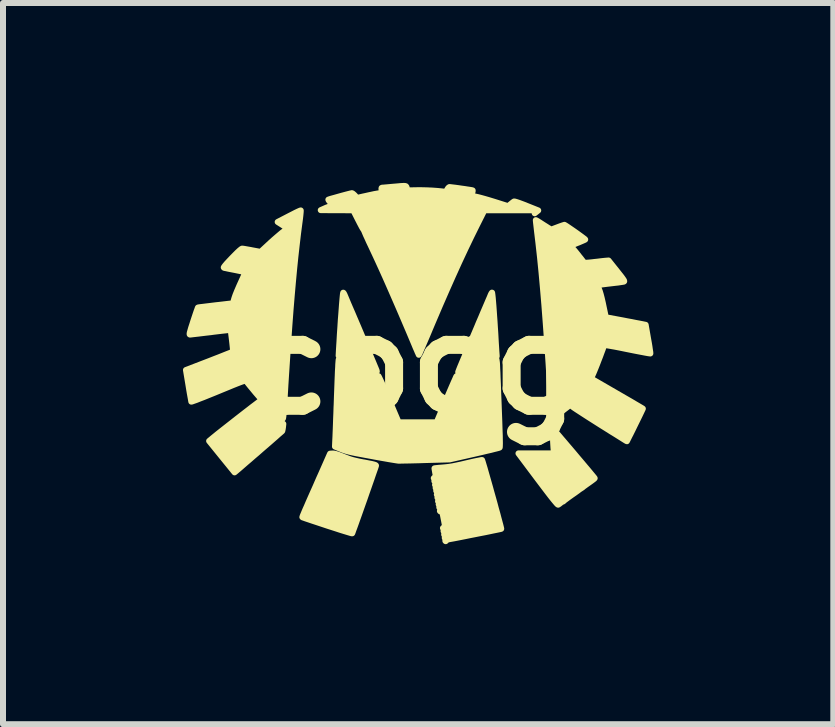
<source format=kicad_pcb>
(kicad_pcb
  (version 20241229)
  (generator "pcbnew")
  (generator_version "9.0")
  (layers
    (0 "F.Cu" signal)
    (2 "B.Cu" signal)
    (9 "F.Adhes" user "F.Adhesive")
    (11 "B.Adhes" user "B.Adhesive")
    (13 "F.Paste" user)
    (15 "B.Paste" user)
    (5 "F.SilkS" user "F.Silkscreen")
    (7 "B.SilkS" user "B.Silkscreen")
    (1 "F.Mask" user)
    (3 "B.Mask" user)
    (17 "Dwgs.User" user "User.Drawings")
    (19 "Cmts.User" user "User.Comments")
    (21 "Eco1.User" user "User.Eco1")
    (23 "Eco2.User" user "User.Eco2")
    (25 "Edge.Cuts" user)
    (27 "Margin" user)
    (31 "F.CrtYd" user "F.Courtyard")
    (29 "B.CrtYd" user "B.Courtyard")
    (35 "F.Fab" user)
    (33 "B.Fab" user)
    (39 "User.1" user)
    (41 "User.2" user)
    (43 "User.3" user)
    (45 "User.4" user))
  (footprint "cogg"
    (layer "F.Cu")
    (at 3.846 3.025)
    (property "Reference" "cogg" (at 0 0 0) (layer "F.SilkS") (effects (font (size 1.524 1.524) (thickness 0.3))))
    (attr through_hole)
    (fp_poly (pts (xy 0.345 1.895) (xy 0.34 1.9) (xy 0.335 1.895) (xy 0.34 1.89) (xy 0.345 1.895)) (stroke (width 0.1) (type solid)) (fill yes) (layer "F.SilkS"))
    (fp_poly (pts (xy 0.356 1.946) (xy 0.351 1.951) (xy 0.345 1.946) (xy 0.351 1.941) (xy 0.356 1.946)) (stroke (width 0.1) (type solid)) (fill yes) (layer "F.SilkS"))
    (fp_poly (pts (xy 0.366 2.007) (xy 0.361 2.012) (xy 0.356 2.007) (xy 0.361 2.002) (xy 0.366 2.007)) (stroke (width 0.1) (type solid)) (fill yes) (layer "F.SilkS"))
    (fp_poly (pts (xy 0.376 2.057) (xy 0.371 2.062) (xy 0.366 2.057) (xy 0.371 2.052) (xy 0.376 2.057)) (stroke (width 0.1) (type solid)) (fill yes) (layer "F.SilkS"))
    (fp_poly (pts (xy 0.386 2.108) (xy 0.381 2.113) (xy 0.376 2.108) (xy 0.381 2.103) (xy 0.386 2.108)) (stroke (width 0.1) (type solid)) (fill yes) (layer "F.SilkS"))
    (fp_poly (pts (xy 0.396 2.169) (xy 0.391 2.174) (xy 0.386 2.169) (xy 0.391 2.164) (xy 0.396 2.169)) (stroke (width 0.1) (type solid)) (fill yes) (layer "F.SilkS"))
    (fp_poly (pts (xy 0.406 2.22) (xy 0.401 2.225) (xy 0.396 2.22) (xy 0.401 2.215) (xy 0.406 2.22)) (stroke (width 0.1) (type solid)) (fill yes) (layer "F.SilkS"))
    (fp_poly (pts (xy 0.417 2.281) (xy 0.411 2.286) (xy 0.406 2.281) (xy 0.411 2.276) (xy 0.417 2.281)) (stroke (width 0.1) (type solid)) (fill yes) (layer "F.SilkS"))
    (fp_poly (pts (xy 0.427 2.332) (xy 0.422 2.337) (xy 0.417 2.332) (xy 0.422 2.327) (xy 0.427 2.332)) (stroke (width 0.1) (type solid)) (fill yes) (layer "F.SilkS"))
    (fp_poly (pts (xy 0.437 2.383) (xy 0.432 2.388) (xy 0.427 2.383) (xy 0.432 2.377) (xy 0.437 2.383)) (stroke (width 0.1) (type solid)) (fill yes) (layer "F.SilkS"))
    (fp_poly (pts (xy 0.447 2.443) (xy 0.442 2.449) (xy 0.437 2.443) (xy 0.442 2.438) (xy 0.447 2.443)) (stroke (width 0.1) (type solid)) (fill yes) (layer "F.SilkS"))
    (fp_poly (pts (xy 0.498 2.728) (xy 0.493 2.733) (xy 0.488 2.728) (xy 0.493 2.723) (xy 0.498 2.728)) (stroke (width 0.1) (type solid)) (fill yes) (layer "F.SilkS"))
    (fp_poly (pts (xy 0.508 2.779) (xy 0.503 2.784) (xy 0.498 2.779) (xy 0.503 2.774) (xy 0.508 2.779)) (stroke (width 0.1) (type solid)) (fill yes) (layer "F.SilkS"))
    (fp_poly (pts (xy 0.528 2.891) (xy 0.523 2.896) (xy 0.518 2.891) (xy 0.523 2.885) (xy 0.528 2.891)) (stroke (width 0.1) (type solid)) (fill yes) (layer "F.SilkS"))
    (fp_poly (pts (xy 0.538 2.941) (xy 0.533 2.946) (xy 0.528 2.941) (xy 0.533 2.936) (xy 0.538 2.941)) (stroke (width 0.1) (type solid)) (fill yes) (layer "F.SilkS"))
    (fp_poly (pts (xy 0.516 2.84) (xy 0.515 2.841) (xy 0.509 2.84) (xy 0.508 2.835) (xy 0.512 2.826) (xy 0.515 2.828) (xy 0.516 2.84)) (stroke (width 0.1) (type solid)) (fill yes) (layer "F.SilkS"))
    (fp_poly (pts (xy -0.615 0.117) (xy -0.623 0.121) (xy -0.636 0.118) (xy -0.665 0.109) (xy -0.707 0.095) (xy -0.759 0.078) (xy -0.817 0.058) (xy -0.823 0.056) (xy -0.907 0.027) (xy -0.976 -0.00026) (xy -1.037 -0.027) (xy -1.094 -0.056) (xy -1.131 -0.077) (xy -1.251 -0.145) (xy -1.245 -0.258) (xy -1.237 -0.383) (xy -1.23 -0.506) (xy -1.222 -0.623) (xy -1.215 -0.734) (xy -1.207 -0.837) (xy -1.2 -0.93) (xy -1.194 -1.012) (xy -1.188 -1.081) (xy -1.183 -1.136) (xy -1.179 -1.174) (xy -1.175 -1.194) (xy -1.174 -1.196) (xy -1.168 -1.191) (xy -1.158 -1.173) (xy -1.155 -1.167) (xy -1.148 -1.151) (xy -1.134 -1.118) (xy -1.114 -1.07) (xy -1.089 -1.01) (xy -1.059 -0.94) (xy -1.025 -0.862) (xy -0.989 -0.777) (xy -0.965 -0.721) (xy -0.915 -0.604) (xy -0.867 -0.49) (xy -0.821 -0.381) (xy -0.778 -0.279) (xy -0.738 -0.186) (xy -0.703 -0.103) (xy -0.673 -0.032) (xy -0.649 0.026) (xy -0.631 0.069) (xy -0.62 0.096) (xy -0.619 0.099) (xy -0.615 0.117)) (stroke (width 0.1) (type solid)) (fill yes) (layer "F.SilkS"))
    (fp_poly (pts (xy -2.173 0.991) (xy -2.179 1.046) (xy -2.184 1.079) (xy -2.189 1.102) (xy -2.191 1.11) (xy -2.199 1.118) (xy -2.221 1.137) (xy -2.255 1.166) (xy -2.298 1.205) (xy -2.35 1.25) (xy -2.408 1.301) (xy -2.472 1.356) (xy -2.538 1.413) (xy -2.605 1.472) (xy -2.672 1.529) (xy -2.736 1.585) (xy -2.797 1.637) (xy -2.851 1.684) (xy -2.898 1.725) (xy -2.936 1.757) (xy -2.958 1.776) (xy -2.986 1.799) (xy -3.198 1.538) (xy -3.41 1.276) (xy -3.351 1.227) (xy -3.318 1.2) (xy -3.274 1.164) (xy -3.221 1.122) (xy -3.16 1.074) (xy -3.095 1.023) (xy -3.026 0.969) (xy -2.955 0.913) (xy -2.884 0.858) (xy -2.816 0.805) (xy -2.751 0.755) (xy -2.692 0.709) (xy -2.64 0.67) (xy -2.598 0.638) (xy -2.567 0.615) (xy -2.549 0.602) (xy -2.545 0.6) (xy -2.536 0.608) (xy -2.516 0.629) (xy -2.487 0.661) (xy -2.451 0.701) (xy -2.411 0.749) (xy -2.398 0.764) (xy -2.354 0.816) (xy -2.311 0.864) (xy -2.273 0.905) (xy -2.241 0.937) (xy -2.219 0.957) (xy -2.217 0.959) (xy -2.173 0.991)) (stroke (width 0.1) (type solid)) (fill yes) (layer "F.SilkS"))
    (fp_poly (pts (xy 1.384 -0.136) (xy 1.319 -0.094) (xy 1.289 -0.077) (xy 1.247 -0.056) (xy 1.195 -0.032) (xy 1.136 -0.007) (xy 1.073 0.019) (xy 1.009 0.044) (xy 0.946 0.068) (xy 0.886 0.089) (xy 0.834 0.106) (xy 0.791 0.12) (xy 0.76 0.127) (xy 0.743 0.128) (xy 0.742 0.126) (xy 0.746 0.115) (xy 0.757 0.086) (xy 0.775 0.041) (xy 0.8 -0.019) (xy 0.831 -0.093) (xy 0.868 -0.18) (xy 0.909 -0.278) (xy 0.955 -0.386) (xy 1.005 -0.503) (xy 1.058 -0.628) (xy 1.084 -0.691) (xy 1.123 -0.781) (xy 1.159 -0.867) (xy 1.193 -0.946) (xy 1.223 -1.016) (xy 1.248 -1.075) (xy 1.268 -1.121) (xy 1.281 -1.153) (xy 1.287 -1.167) (xy 1.298 -1.188) (xy 1.305 -1.197) (xy 1.307 -1.196) (xy 1.309 -1.184) (xy 1.313 -1.154) (xy 1.318 -1.108) (xy 1.323 -1.048) (xy 1.329 -0.976) (xy 1.335 -0.894) (xy 1.341 -0.805) (xy 1.348 -0.71) (xy 1.354 -0.612) (xy 1.356 -0.584) (xy 1.361 -0.508) (xy 1.365 -0.432) (xy 1.369 -0.361) (xy 1.373 -0.3) (xy 1.376 -0.252) (xy 1.377 -0.233) (xy 1.384 -0.136)) (stroke (width 0.1) (type solid)) (fill yes) (layer "F.SilkS"))
    (fp_poly (pts (xy 3.017 1.897) (xy 3.01 1.906) (xy 2.988 1.923) (xy 2.957 1.946) (xy 2.929 1.966) (xy 2.892 1.992) (xy 2.86 2.015) (xy 2.838 2.031) (xy 2.83 2.037) (xy 2.815 2.05) (xy 2.791 2.066) (xy 2.789 2.067) (xy 2.766 2.082) (xy 2.749 2.094) (xy 2.749 2.095) (xy 2.737 2.104) (xy 2.712 2.122) (xy 2.677 2.147) (xy 2.635 2.176) (xy 2.621 2.186) (xy 2.579 2.216) (xy 2.543 2.243) (xy 2.516 2.263) (xy 2.502 2.276) (xy 2.501 2.277) (xy 2.489 2.286) (xy 2.486 2.286) (xy 2.471 2.292) (xy 2.45 2.308) (xy 2.448 2.309) (xy 2.426 2.327) (xy 2.408 2.338) (xy 2.408 2.338) (xy 2.4 2.334) (xy 2.385 2.319) (xy 2.361 2.291) (xy 2.328 2.251) (xy 2.285 2.197) (xy 2.232 2.128) (xy 2.169 2.045) (xy 2.095 1.947) (xy 2.07 1.914) (xy 1.747 1.483) (xy 2.043 1.483) (xy 2.339 1.483) (xy 2.333 1.42) (xy 2.33 1.386) (xy 2.327 1.337) (xy 2.324 1.28) (xy 2.321 1.221) (xy 2.32 1.209) (xy 2.314 1.063) (xy 2.666 1.476) (xy 2.732 1.555) (xy 2.795 1.629) (xy 2.852 1.697) (xy 2.903 1.757) (xy 2.946 1.809) (xy 2.98 1.85) (xy 3.004 1.879) (xy 3.016 1.895) (xy 3.017 1.897)) (stroke (width 0.1) (type solid)) (fill yes) (layer "F.SilkS"))
    (fp_poly (pts (xy -0.628 1.687) (xy -0.632 1.7) (xy -0.642 1.731) (xy -0.658 1.776) (xy -0.678 1.833) (xy -0.701 1.901) (xy -0.728 1.978) (xy -0.757 2.061) (xy -0.788 2.149) (xy -0.819 2.239) (xy -0.851 2.329) (xy -0.882 2.417) (xy -0.912 2.502) (xy -0.94 2.58) (xy -0.965 2.651) (xy -0.987 2.712) (xy -1.005 2.76) (xy -1.017 2.795) (xy -1.024 2.813) (xy -1.025 2.815) (xy -1.036 2.814) (xy -1.064 2.806) (xy -1.107 2.793) (xy -1.163 2.776) (xy -1.231 2.755) (xy -1.307 2.73) (xy -1.391 2.703) (xy -1.441 2.687) (xy -1.528 2.658) (xy -1.609 2.631) (xy -1.682 2.607) (xy -1.744 2.586) (xy -1.795 2.569) (xy -1.831 2.556) (xy -1.852 2.549) (xy -1.855 2.547) (xy -1.856 2.545) (xy -1.854 2.539) (xy -1.851 2.529) (xy -1.845 2.513) (xy -1.835 2.49) (xy -1.822 2.458) (xy -1.805 2.418) (xy -1.782 2.367) (xy -1.755 2.304) (xy -1.722 2.229) (xy -1.682 2.139) (xy -1.635 2.034) (xy -1.582 1.912) (xy -1.533 1.803) (xy -1.394 1.488) (xy -1.352 1.485) (xy -1.33 1.486) (xy -1.301 1.492) (xy -1.263 1.504) (xy -1.212 1.523) (xy -1.167 1.541) (xy -1.112 1.562) (xy -1.064 1.58) (xy -1.018 1.594) (xy -0.969 1.606) (xy -0.911 1.619) (xy -0.84 1.633) (xy -0.824 1.635) (xy -0.754 1.649) (xy -0.701 1.659) (xy -0.664 1.668) (xy -0.642 1.675) (xy -0.63 1.682) (xy -0.628 1.687)) (stroke (width 0.1) (type solid)) (fill yes) (layer "F.SilkS"))
    (fp_poly (pts (xy 1.459 2.74) (xy 1.449 2.743) (xy 1.421 2.749) (xy 1.378 2.758) (xy 1.323 2.769) (xy 1.257 2.783) (xy 1.184 2.798) (xy 1.106 2.813) (xy 1.025 2.829) (xy 0.943 2.845) (xy 0.865 2.861) (xy 0.79 2.876) (xy 0.723 2.889) (xy 0.666 2.9) (xy 0.621 2.908) (xy 0.59 2.914) (xy 0.576 2.916) (xy 0.576 2.916) (xy 0.566 2.908) (xy 0.564 2.903) (xy 0.561 2.889) (xy 0.554 2.857) (xy 0.545 2.81) (xy 0.533 2.749) (xy 0.52 2.678) (xy 0.505 2.599) (xy 0.488 2.512) (xy 0.471 2.421) (xy 0.454 2.328) (xy 0.437 2.234) (xy 0.42 2.142) (xy 0.404 2.055) (xy 0.389 1.973) (xy 0.376 1.9) (xy 0.365 1.838) (xy 0.356 1.788) (xy 0.35 1.753) (xy 0.347 1.734) (xy 0.347 1.732) (xy 0.358 1.73) (xy 0.386 1.727) (xy 0.426 1.723) (xy 0.475 1.719) (xy 0.488 1.718) (xy 0.541 1.713) (xy 0.593 1.707) (xy 0.65 1.698) (xy 0.714 1.685) (xy 0.79 1.669) (xy 0.879 1.648) (xy 0.948 1.632) (xy 1.01 1.618) (xy 1.063 1.607) (xy 1.105 1.599) (xy 1.131 1.594) (xy 1.14 1.594) (xy 1.144 1.605) (xy 1.153 1.633) (xy 1.166 1.677) (xy 1.183 1.733) (xy 1.202 1.801) (xy 1.224 1.878) (xy 1.248 1.962) (xy 1.273 2.05) (xy 1.298 2.141) (xy 1.324 2.233) (xy 1.349 2.323) (xy 1.372 2.41) (xy 1.395 2.491) (xy 1.414 2.564) (xy 1.431 2.627) (xy 1.445 2.679) (xy 1.454 2.716) (xy 1.459 2.736) (xy 1.459 2.74)) (stroke (width 0.1) (type solid)) (fill yes) (layer "F.SilkS"))
    (fp_poly (pts (xy 1.437 1.311) (xy 1.436 1.353) (xy 1.435 1.379) (xy 1.433 1.385) (xy 1.421 1.39) (xy 1.392 1.398) (xy 1.347 1.409) (xy 1.289 1.424) (xy 1.219 1.44) (xy 1.14 1.459) (xy 1.054 1.479) (xy 1.011 1.489) (xy 0.598 1.583) (xy 0.185 1.594) (xy 0.094 1.597) (xy 0.009 1.599) (xy -0.068 1.601) (xy -0.135 1.602) (xy -0.189 1.603) (xy -0.228 1.604) (xy -0.251 1.604) (xy -0.254 1.604) (xy -0.269 1.602) (xy -0.302 1.597) (xy -0.351 1.589) (xy -0.412 1.579) (xy -0.485 1.566) (xy -0.566 1.552) (xy -0.654 1.536) (xy -0.691 1.529) (xy -0.795 1.51) (xy -0.881 1.494) (xy -0.952 1.481) (xy -1.01 1.469) (xy -1.057 1.459) (xy -1.096 1.449) (xy -1.129 1.44) (xy -1.157 1.431) (xy -1.185 1.421) (xy -1.207 1.412) (xy -1.312 1.369) (xy -1.306 1.241) (xy -1.304 1.202) (xy -1.302 1.147) (xy -1.299 1.077) (xy -1.296 0.995) (xy -1.293 0.905) (xy -1.289 0.81) (xy -1.286 0.712) (xy -1.284 0.676) (xy -1.279 0.526) (xy -1.274 0.396) (xy -1.27 0.284) (xy -1.266 0.189) (xy -1.263 0.11) (xy -1.259 0.046) (xy -1.257 -0.004) (xy -1.254 -0.041) (xy -1.252 -0.066) (xy -1.25 -0.081) (xy -1.248 -0.086) (xy -1.237 -0.084) (xy -1.213 -0.073) (xy -1.179 -0.055) (xy -1.147 -0.037) (xy -1.103 -0.012) (xy -1.063 0.011) (xy -1.03 0.03) (xy -1.016 0.038) (xy -0.995 0.048) (xy -0.959 0.062) (xy -0.911 0.08) (xy -0.854 0.1) (xy -0.793 0.121) (xy -0.79 0.122) (xy -0.731 0.142) (xy -0.677 0.161) (xy -0.633 0.177) (xy -0.602 0.189) (xy -0.586 0.196) (xy -0.586 0.197) (xy -0.579 0.208) (xy -0.565 0.237) (xy -0.545 0.28) (xy -0.52 0.335) (xy -0.491 0.401) (xy -0.458 0.476) (xy -0.424 0.557) (xy -0.411 0.587) (xy -0.251 0.965) (xy 0.066 0.965) (xy 0.383 0.965) (xy 0.543 0.587) (xy 0.578 0.504) (xy 0.611 0.427) (xy 0.641 0.358) (xy 0.667 0.298) (xy 0.688 0.251) (xy 0.703 0.217) (xy 0.711 0.199) (xy 0.713 0.197) (xy 0.727 0.189) (xy 0.755 0.182) (xy 0.771 0.179) (xy 0.795 0.173) (xy 0.834 0.161) (xy 0.885 0.144) (xy 0.944 0.123) (xy 1.008 0.099) (xy 1.027 0.091) (xy 1.103 0.061) (xy 1.164 0.036) (xy 1.213 0.014) (xy 1.254 -0.006) (xy 1.292 -0.027) (xy 1.33 -0.05) (xy 1.353 -0.065) (xy 1.38 -0.083) (xy 1.386 -0.039) (xy 1.388 -0.02) (xy 1.39 0.016) (xy 1.392 0.069) (xy 1.396 0.14) (xy 1.399 0.228) (xy 1.404 0.335) (xy 1.408 0.46) (xy 1.414 0.603) (xy 1.42 0.767) (xy 1.427 0.949) (xy 1.432 1.107) (xy 1.435 1.186) (xy 1.436 1.255) (xy 1.437 1.311)) (stroke (width 0.1) (type solid)) (fill yes) (layer "F.SilkS"))
    (fp_poly (pts (xy 2.076 -2.567) (xy 2.046 -2.543) (xy 2.017 -2.52) (xy 2.014 -2.545) (xy 2.01 -2.57) (xy 1.595 -2.57) (xy 1.179 -2.57) (xy 1.053 -2.319) (xy 0.959 -2.129) (xy 0.862 -1.927) (xy 0.762 -1.713) (xy 0.659 -1.486) (xy 0.551 -1.243) (xy 0.438 -0.984) (xy 0.32 -0.708) (xy 0.274 -0.599) (xy 0.239 -0.515) (xy 0.205 -0.435) (xy 0.174 -0.363) (xy 0.147 -0.3) (xy 0.125 -0.249) (xy 0.109 -0.211) (xy 0.099 -0.189) (xy 0.097 -0.185) (xy 0.085 -0.161) (xy 0.074 -0.187) (xy 0.067 -0.201) (xy 0.054 -0.233) (xy 0.034 -0.278) (xy 0.01 -0.336) (xy -0.019 -0.405) (xy -0.051 -0.481) (xy -0.086 -0.564) (xy -0.102 -0.601) (xy -0.174 -0.77) (xy -0.247 -0.94) (xy -0.321 -1.11) (xy -0.394 -1.277) (xy -0.465 -1.438) (xy -0.533 -1.589) (xy -0.597 -1.729) (xy -0.655 -1.854) (xy -0.686 -1.92) (xy -0.717 -1.986) (xy -0.747 -2.049) (xy -0.762 -2.083) (xy -0.762 -2.22) (xy -0.762 -2.281) (xy -0.767 -2.286) (xy -0.772 -2.281) (xy -0.767 -2.276) (xy -0.762 -2.281) (xy -0.762 -2.22) (xy -0.767 -2.225) (xy -0.772 -2.22) (xy -0.767 -2.215) (xy -0.762 -2.22) (xy -0.762 -2.083) (xy -0.772 -2.105) (xy -0.794 -2.152) (xy -0.808 -2.185) (xy -0.814 -2.199) (xy -0.826 -2.228) (xy -0.837 -2.249) (xy -0.842 -2.255) (xy -0.849 -2.265) (xy -0.864 -2.291) (xy -0.884 -2.329) (xy -0.908 -2.375) (xy -0.929 -2.416) (xy -1.007 -2.57) (xy -1.278 -2.571) (xy -1.549 -2.572) (xy -1.495 -2.596) (xy -1.457 -2.613) (xy -1.419 -2.627) (xy -1.401 -2.633) (xy -1.376 -2.641) (xy -1.362 -2.648) (xy -1.361 -2.649) (xy -1.367 -2.665) (xy -1.381 -2.688) (xy -1.398 -2.712) (xy -1.405 -2.72) (xy -1.418 -2.737) (xy -1.422 -2.747) (xy -1.422 -2.747) (xy -1.411 -2.751) (xy -1.384 -2.76) (xy -1.344 -2.771) (xy -1.297 -2.784) (xy -1.244 -2.799) (xy -1.19 -2.814) (xy -1.138 -2.828) (xy -1.092 -2.84) (xy -1.056 -2.849) (xy -1.034 -2.854) (xy -1.029 -2.855) (xy -1.015 -2.848) (xy -0.994 -2.83) (xy -0.98 -2.816) (xy -0.945 -2.776) (xy -0.886 -2.789) (xy -0.852 -2.797) (xy -0.805 -2.807) (xy -0.752 -2.819) (xy -0.709 -2.828) (xy -0.659 -2.839) (xy -0.614 -2.847) (xy -0.578 -2.853) (xy -0.558 -2.855) (xy -0.527 -2.855) (xy -0.534 -2.901) (xy -0.537 -2.929) (xy -0.535 -2.942) (xy -0.525 -2.946) (xy -0.522 -2.947) (xy -0.506 -2.947) (xy -0.473 -2.95) (xy -0.428 -2.954) (xy -0.375 -2.959) (xy -0.34 -2.962) (xy -0.269 -2.968) (xy -0.216 -2.973) (xy -0.177 -2.975) (xy -0.151 -2.975) (xy -0.134 -2.973) (xy -0.125 -2.967) (xy -0.12 -2.958) (xy -0.116 -2.945) (xy -0.115 -2.939) (xy -0.106 -2.901) (xy 0.055 -2.904) (xy 0.135 -2.904) (xy 0.222 -2.902) (xy 0.31 -2.898) (xy 0.393 -2.892) (xy 0.465 -2.885) (xy 0.505 -2.88) (xy 0.526 -2.878) (xy 0.54 -2.885) (xy 0.553 -2.905) (xy 0.559 -2.916) (xy 0.576 -2.942) (xy 0.593 -2.956) (xy 0.597 -2.957) (xy 0.614 -2.955) (xy 0.647 -2.951) (xy 0.69 -2.946) (xy 0.741 -2.939) (xy 0.795 -2.931) (xy 0.848 -2.924) (xy 0.898 -2.916) (xy 0.939 -2.91) (xy 0.969 -2.905) (xy 0.983 -2.901) (xy 0.983 -2.901) (xy 0.983 -2.89) (xy 0.978 -2.867) (xy 0.977 -2.864) (xy 0.969 -2.838) (xy 0.965 -2.821) (xy 0.965 -2.82) (xy 0.974 -2.813) (xy 0.999 -2.804) (xy 1.035 -2.796) (xy 1.039 -2.796) (xy 1.07 -2.789) (xy 1.117 -2.777) (xy 1.175 -2.761) (xy 1.241 -2.742) (xy 1.31 -2.721) (xy 1.343 -2.711) (xy 1.574 -2.638) (xy 1.618 -2.674) (xy 1.644 -2.695) (xy 1.665 -2.711) (xy 1.673 -2.716) (xy 1.686 -2.715) (xy 1.714 -2.707) (xy 1.756 -2.693) (xy 1.807 -2.674) (xy 1.865 -2.652) (xy 1.881 -2.645) (xy 2.076 -2.567)) (stroke (width 0.1) (type solid)) (fill yes) (layer "F.SilkS"))
    (fp_poly (pts (xy 3.945 -0.188) (xy 3.945 -0.183) (xy 3.934 -0.184) (xy 3.906 -0.188) (xy 3.862 -0.196) (xy 3.805 -0.207) (xy 3.736 -0.22) (xy 3.659 -0.235) (xy 3.575 -0.252) (xy 3.559 -0.255) (xy 3.447 -0.278) (xy 3.354 -0.296) (xy 3.28 -0.309) (xy 3.226 -0.318) (xy 3.191 -0.322) (xy 3.176 -0.322) (xy 3.175 -0.321) (xy 3.164 -0.289) (xy 3.148 -0.244) (xy 3.128 -0.191) (xy 3.106 -0.131) (xy 3.081 -0.067) (xy 3.057 -0.004) (xy 3.033 0.056) (xy 3.011 0.11) (xy 2.992 0.155) (xy 2.977 0.188) (xy 2.968 0.206) (xy 2.967 0.208) (xy 2.947 0.229) (xy 3.384 0.482) (xy 3.469 0.531) (xy 3.55 0.578) (xy 3.623 0.62) (xy 3.687 0.658) (xy 3.74 0.689) (xy 3.781 0.713) (xy 3.808 0.729) (xy 3.82 0.737) (xy 3.82 0.737) (xy 3.816 0.747) (xy 3.804 0.772) (xy 3.786 0.81) (xy 3.763 0.858) (xy 3.736 0.913) (xy 3.707 0.972) (xy 3.677 1.033) (xy 3.648 1.093) (xy 3.62 1.149) (xy 3.595 1.198) (xy 3.575 1.238) (xy 3.561 1.266) (xy 3.554 1.28) (xy 3.553 1.28) (xy 3.544 1.275) (xy 3.519 1.26) (xy 3.481 1.236) (xy 3.43 1.204) (xy 3.368 1.165) (xy 3.296 1.121) (xy 3.217 1.071) (xy 3.132 1.018) (xy 3.083 0.987) (xy 2.995 0.931) (xy 2.913 0.879) (xy 2.837 0.83) (xy 2.771 0.787) (xy 2.714 0.75) (xy 2.669 0.72) (xy 2.638 0.697) (xy 2.621 0.685) (xy 2.619 0.682) (xy 2.617 0.671) (xy 2.616 0.671) (xy 2.607 0.677) (xy 2.584 0.693) (xy 2.551 0.719) (xy 2.509 0.751) (xy 2.462 0.788) (xy 2.461 0.789) (xy 2.311 0.907) (xy 2.304 0.837) (xy 2.302 0.812) (xy 2.298 0.769) (xy 2.294 0.711) (xy 2.289 0.64) (xy 2.284 0.559) (xy 2.279 0.471) (xy 2.273 0.378) (xy 2.27 0.335) (xy 2.248 -0.024) (xy 2.225 -0.364) (xy 2.202 -0.684) (xy 2.179 -0.987) (xy 2.155 -1.271) (xy 2.131 -1.537) (xy 2.106 -1.787) (xy 2.08 -2.021) (xy 2.058 -2.205) (xy 2.051 -2.266) (xy 2.045 -2.319) (xy 2.04 -2.362) (xy 2.037 -2.392) (xy 2.036 -2.405) (xy 2.036 -2.405) (xy 2.045 -2.401) (xy 2.068 -2.388) (xy 2.1 -2.368) (xy 2.129 -2.349) (xy 2.171 -2.322) (xy 2.211 -2.297) (xy 2.242 -2.277) (xy 2.256 -2.269) (xy 2.291 -2.247) (xy 2.398 -2.287) (xy 2.441 -2.303) (xy 2.478 -2.316) (xy 2.503 -2.324) (xy 2.513 -2.327) (xy 2.524 -2.321) (xy 2.548 -2.306) (xy 2.582 -2.283) (xy 2.623 -2.255) (xy 2.668 -2.224) (xy 2.715 -2.191) (xy 2.759 -2.159) (xy 2.799 -2.13) (xy 2.831 -2.106) (xy 2.852 -2.09) (xy 2.859 -2.082) (xy 2.859 -2.082) (xy 2.849 -2.076) (xy 2.824 -2.065) (xy 2.787 -2.049) (xy 2.742 -2.03) (xy 2.733 -2.027) (xy 2.611 -1.977) (xy 2.64 -1.946) (xy 2.657 -1.926) (xy 2.684 -1.895) (xy 2.716 -1.856) (xy 2.75 -1.813) (xy 2.753 -1.808) (xy 2.785 -1.769) (xy 2.812 -1.734) (xy 2.832 -1.709) (xy 2.843 -1.696) (xy 2.844 -1.695) (xy 2.856 -1.694) (xy 2.884 -1.695) (xy 2.925 -1.698) (xy 2.975 -1.703) (xy 3.007 -1.707) (xy 3.065 -1.713) (xy 3.12 -1.72) (xy 3.165 -1.725) (xy 3.198 -1.728) (xy 3.207 -1.729) (xy 3.249 -1.732) (xy 3.386 -1.56) (xy 3.431 -1.503) (xy 3.465 -1.46) (xy 3.488 -1.428) (xy 3.502 -1.407) (xy 3.509 -1.393) (xy 3.509 -1.385) (xy 3.504 -1.381) (xy 3.502 -1.38) (xy 3.485 -1.377) (xy 3.451 -1.372) (xy 3.405 -1.365) (xy 3.35 -1.359) (xy 3.292 -1.352) (xy 3.231 -1.345) (xy 3.176 -1.338) (xy 3.13 -1.332) (xy 3.097 -1.328) (xy 3.082 -1.326) (xy 3.059 -1.321) (xy 3.088 -1.257) (xy 3.102 -1.221) (xy 3.118 -1.168) (xy 3.135 -1.102) (xy 3.153 -1.024) (xy 3.16 -0.99) (xy 3.203 -0.786) (xy 3.49 -0.733) (xy 3.566 -0.718) (xy 3.638 -0.705) (xy 3.702 -0.692) (xy 3.756 -0.682) (xy 3.797 -0.674) (xy 3.82 -0.67) (xy 3.822 -0.669) (xy 3.867 -0.66) (xy 3.908 -0.424) (xy 3.92 -0.357) (xy 3.93 -0.297) (xy 3.937 -0.247) (xy 3.943 -0.21) (xy 3.945 -0.188)) (stroke (width 0.1) (type solid)) (fill yes) (layer "F.SilkS"))
    (fp_poly (pts (xy -1.883 -2.556) (xy -1.885 -2.528) (xy -1.889 -2.486) (xy -1.895 -2.433) (xy -1.903 -2.373) (xy -1.904 -2.366) (xy -1.928 -2.183) (xy -1.95 -1.994) (xy -1.972 -1.798) (xy -1.993 -1.592) (xy -2.013 -1.377) (xy -2.033 -1.15) (xy -2.053 -0.909) (xy -2.072 -0.655) (xy -2.091 -0.385) (xy -2.11 -0.098) (xy -2.13 0.208) (xy -2.139 0.351) (xy -2.146 0.472) (xy -2.152 0.574) (xy -2.158 0.659) (xy -2.162 0.729) (xy -2.166 0.784) (xy -2.169 0.826) (xy -2.172 0.858) (xy -2.175 0.88) (xy -2.177 0.894) (xy -2.18 0.901) (xy -2.182 0.904) (xy -2.183 0.904) (xy -2.193 0.898) (xy -2.217 0.883) (xy -2.249 0.86) (xy -2.287 0.833) (xy -2.318 0.811) (xy -2.345 0.788) (xy -2.373 0.764) (xy -2.403 0.735) (xy -2.436 0.699) (xy -2.476 0.654) (xy -2.525 0.599) (xy -2.584 0.529) (xy -2.585 0.528) (xy -2.636 0.469) (xy -2.682 0.413) (xy -2.722 0.365) (xy -2.755 0.324) (xy -2.778 0.295) (xy -2.791 0.277) (xy -2.792 0.275) (xy -2.795 0.271) (xy -2.802 0.27) (xy -2.815 0.272) (xy -2.834 0.277) (xy -2.861 0.286) (xy -2.899 0.3) (xy -2.948 0.319) (xy -3.011 0.344) (xy -3.088 0.376) (xy -3.181 0.414) (xy -3.251 0.443) (xy -3.341 0.48) (xy -3.426 0.514) (xy -3.502 0.545) (xy -3.57 0.571) (xy -3.625 0.593) (xy -3.668 0.608) (xy -3.696 0.618) (xy -3.706 0.62) (xy -3.707 0.62) (xy -3.709 0.608) (xy -3.714 0.578) (xy -3.722 0.534) (xy -3.732 0.479) (xy -3.743 0.414) (xy -3.753 0.352) (xy -3.796 0.093) (xy -3.406 -0.057) (xy -3.322 -0.09) (xy -3.244 -0.12) (xy -3.174 -0.148) (xy -3.114 -0.172) (xy -3.065 -0.191) (xy -3.031 -0.206) (xy -3.013 -0.214) (xy -3.011 -0.215) (xy -3.011 -0.227) (xy -3.013 -0.255) (xy -3.017 -0.295) (xy -3.022 -0.343) (xy -3.028 -0.395) (xy -3.034 -0.447) (xy -3.04 -0.495) (xy -3.045 -0.536) (xy -3.049 -0.564) (xy -3.052 -0.576) (xy -3.052 -0.576) (xy -3.063 -0.576) (xy -3.091 -0.573) (xy -3.134 -0.568) (xy -3.19 -0.562) (xy -3.257 -0.554) (xy -3.333 -0.545) (xy -3.384 -0.538) (xy -3.464 -0.529) (xy -3.538 -0.52) (xy -3.604 -0.512) (xy -3.658 -0.506) (xy -3.699 -0.501) (xy -3.724 -0.498) (xy -3.73 -0.498) (xy -3.734 -0.501) (xy -3.735 -0.511) (xy -3.732 -0.532) (xy -3.723 -0.563) (xy -3.71 -0.609) (xy -3.69 -0.67) (xy -3.674 -0.721) (xy -3.653 -0.785) (xy -3.634 -0.842) (xy -3.618 -0.889) (xy -3.605 -0.924) (xy -3.598 -0.945) (xy -3.596 -0.948) (xy -3.585 -0.951) (xy -3.557 -0.955) (xy -3.513 -0.96) (xy -3.457 -0.967) (xy -3.391 -0.975) (xy -3.318 -0.984) (xy -3.302 -0.986) (xy -3.228 -0.994) (xy -3.16 -1.002) (xy -3.102 -1.009) (xy -3.056 -1.014) (xy -3.025 -1.018) (xy -3.011 -1.02) (xy -3.01 -1.02) (xy -3.007 -1.031) (xy -3.002 -1.055) (xy -2.998 -1.073) (xy -2.988 -1.107) (xy -2.97 -1.159) (xy -2.942 -1.228) (xy -2.905 -1.314) (xy -2.859 -1.415) (xy -2.84 -1.457) (xy -2.824 -1.493) (xy -2.812 -1.521) (xy -2.807 -1.537) (xy -2.806 -1.539) (xy -2.817 -1.542) (xy -2.844 -1.547) (xy -2.884 -1.555) (xy -2.934 -1.565) (xy -2.977 -1.574) (xy -3.034 -1.585) (xy -3.085 -1.595) (xy -3.126 -1.604) (xy -3.153 -1.609) (xy -3.162 -1.612) (xy -3.166 -1.617) (xy -3.16 -1.628) (xy -3.145 -1.648) (xy -3.12 -1.678) (xy -3.082 -1.719) (xy -3.031 -1.773) (xy -3.03 -1.774) (xy -2.979 -1.826) (xy -2.935 -1.87) (xy -2.899 -1.903) (xy -2.874 -1.923) (xy -2.861 -1.93) (xy -2.844 -1.929) (xy -2.812 -1.924) (xy -2.768 -1.916) (xy -2.716 -1.907) (xy -2.697 -1.903) (xy -2.552 -1.876) (xy -2.388 -2.028) (xy -2.336 -2.075) (xy -2.284 -2.12) (xy -2.237 -2.16) (xy -2.198 -2.193) (xy -2.169 -2.215) (xy -2.163 -2.219) (xy -2.134 -2.239) (xy -2.112 -2.255) (xy -2.103 -2.264) (xy -2.103 -2.265) (xy -2.111 -2.272) (xy -2.133 -2.288) (xy -2.164 -2.309) (xy -2.185 -2.323) (xy -2.267 -2.375) (xy -2.078 -2.473) (xy -2.021 -2.502) (xy -1.971 -2.528) (xy -1.929 -2.548) (xy -1.9 -2.561) (xy -1.884 -2.567) (xy -1.883 -2.567) (xy -1.883 -2.556)) (stroke (width 0.1) (type solid)) (fill yes) (layer "F.SilkS")))
  (gr_rect
    (start -3 -3)
    (end 10.841 9.022)
    (stroke (width 0.1) (type default))
    (fill no)
    (layer "Edge.Cuts")))
</source>
